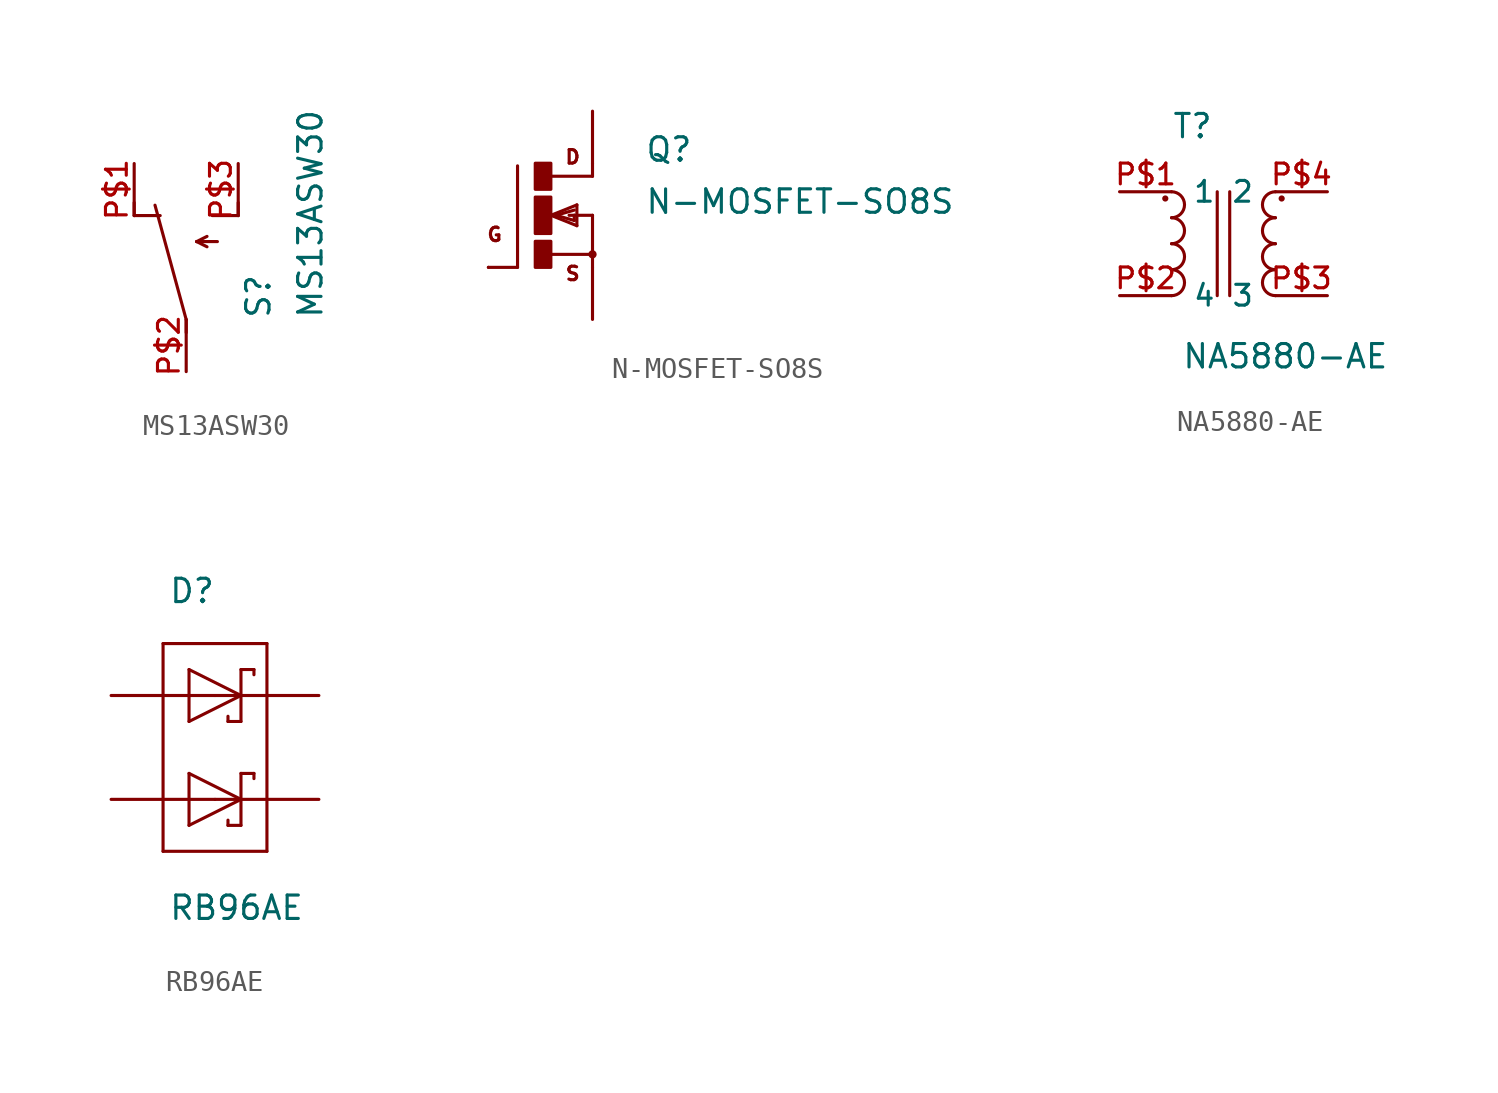
<source format=kicad_sym>
(kicad_symbol_lib
  (version 20211014)
  (generator kicad_symbol_editor)
  (symbol "MS13ASW30"
    (pin_names
      (offset 1.016) hide)
    (property "Reference" "S"
      (at 4.191 -2.54 90)
      (effects (font (size 1.143 1.143)) (justify left bottom)))
    (property "Value" "MS13ASW30"
      (at 6.731 -2.54 90)
      (effects (font (size 1.143 1.143)) (justify left bottom)))
    (property "ki_locked" ""
      (at 0 0 0)
      (effects (font (size 1.27 1.27))))
    (symbol "MS13ASW30_1_0"
      (polyline (pts (xy -2.54 2.54) (xy -2.54 3.175)) (stroke (width 0) (type default) (color 0 0 0 0)) (fill (type none)))
      (polyline (pts (xy -2.54 2.54) (xy -1.27 2.54)) (stroke (width 0) (type default) (color 0 0 0 0)) (fill (type none)))
      (polyline (pts (xy 0 -3.175) (xy 0 -2.54)) (stroke (width 0) (type default) (color 0 0 0 0)) (fill (type none)))
      (polyline (pts (xy 0 -2.54) (xy -1.524 3.048)) (stroke (width 0) (type default) (color 0 0 0 0)) (fill (type none)))
      (polyline (pts (xy 0.508 1.27) (xy 1.016 1.016)) (stroke (width 0) (type default) (color 0 0 0 0)) (fill (type none)))
      (polyline (pts (xy 0.508 1.27) (xy 1.016 1.524)) (stroke (width 0) (type default) (color 0 0 0 0)) (fill (type none)))
      (polyline (pts (xy 0.508 1.27) (xy 1.524 1.27)) (stroke (width 0) (type default) (color 0 0 0 0)) (fill (type none)))
      (polyline (pts (xy 1.27 2.54) (xy 2.54 2.54)) (stroke (width 0) (type default) (color 0 0 0 0)) (fill (type none)))
      (polyline (pts (xy 2.54 2.54) (xy 2.54 3.175)) (stroke (width 0) (type default) (color 0 0 0 0)) (fill (type none))))
    (symbol "MS13ASW30_1_1"
      (pin passive line (at -2.54 5.08 270) (length 2.54) (name "O" (effects (font (size 1.016 1.016)))) (number "P$1" (effects (font (size 1.016 1.016)))))
      (pin passive line (at 0 -5.08 90) (length 2.54) (name "P" (effects (font (size 1.016 1.016)))) (number "P$2" (effects (font (size 1.016 1.016)))))
      (pin passive line (at 2.54 5.08 270) (length 2.54) (name "S" (effects (font (size 1.016 1.016)))) (number "P$3" (effects (font (size 1.016 1.016)))))))
  (symbol "N-MOSFET-SO8S"
    (pin_numbers hide)
    (pin_names
      (offset 1.016) hide)
    (property "Reference" "Q"
      (at 5.08 2.54 0)
      (effects (font (size 1.143 1.143)) (justify left bottom)))
    (property "Value" "N-MOSFET-SO8S"
      (at 5.08 0 0)
      (effects (font (size 1.143 1.143)) (justify left bottom)))
    (property "ki_locked" ""
      (at 0 0 0)
      (effects (font (size 1.27 1.27))))
    (symbol "N-MOSFET-SO8S_1_0"
      (polyline (pts (xy -1.118 -2.54) (xy -2.54 -2.54)) (stroke (width 0) (type default) (color 0 0 0 0)) (fill (type none)))
      (polyline (pts (xy -1.118 2.413) (xy -1.118 -2.54)) (stroke (width 0) (type default) (color 0 0 0 0)) (fill (type none)))
      (polyline (pts (xy 0.508 -1.905) (xy 2.54 -1.905)) (stroke (width 0) (type default) (color 0 0 0 0)) (fill (type none)))
      (polyline (pts (xy 0.508 0) (xy 1.778 -0.508)) (stroke (width 0) (type default) (color 0 0 0 0)) (fill (type none)))
      (polyline (pts (xy 0.762 0) (xy 1.651 -0.254)) (stroke (width 0) (type default) (color 0 0 0 0)) (fill (type none)))
      (polyline (pts (xy 1.651 -0.254) (xy 1.651 0)) (stroke (width 0) (type default) (color 0 0 0 0)) (fill (type none)))
      (polyline (pts (xy 1.651 0) (xy 1.397 0)) (stroke (width 0) (type default) (color 0 0 0 0)) (fill (type none)))
      (polyline (pts (xy 1.651 0) (xy 2.54 0)) (stroke (width 0) (type default) (color 0 0 0 0)) (fill (type none)))
      (polyline (pts (xy 1.651 0.254) (xy 0.762 0)) (stroke (width 0) (type default) (color 0 0 0 0)) (fill (type none)))
      (polyline (pts (xy 1.778 -0.508) (xy 1.778 0.508)) (stroke (width 0) (type default) (color 0 0 0 0)) (fill (type none)))
      (polyline (pts (xy 1.778 0.508) (xy 0.508 0)) (stroke (width 0) (type default) (color 0 0 0 0)) (fill (type none)))
      (polyline (pts (xy 2.54 -1.905) (xy 2.54 -2.54)) (stroke (width 0) (type default) (color 0 0 0 0)) (fill (type none)))
      (polyline (pts (xy 2.54 0) (xy 2.54 -1.905)) (stroke (width 0) (type default) (color 0 0 0 0)) (fill (type none)))
      (polyline (pts (xy 2.54 1.905) (xy 0.533 1.905)) (stroke (width 0) (type default) (color 0 0 0 0)) (fill (type none)))
      (polyline (pts (xy 2.54 2.54) (xy 2.54 1.905)) (stroke (width 0) (type default) (color 0 0 0 0)) (fill (type none)))
      (text "D" (at 1.575 2.845 0) (effects (font (size 0.66 0.66))))
      (text "G" (at -2.235 -0.94 0) (effects (font (size 0.66 0.66))))
      (text "S" (at 1.575 -2.845 0) (effects (font (size 0.66 0.66)))))
    (symbol "N-MOSFET-SO8S_1_1"
      (rectangle (start -0.254 -2.54) (end 0.508 -1.27) (stroke (width 0) (type default) (color 0 0 0 0)) (fill (type outline)))
      (rectangle (start -0.254 -0.889) (end 0.508 0.889) (stroke (width 0) (type default) (color 0 0 0 0)) (fill (type outline)))
      (rectangle (start -0.254 1.27) (end 0.508 2.54) (stroke (width 0) (type default) (color 0 0 0 0)) (fill (type outline)))
      (circle (center 2.54 -1.905) (radius 0.127) (stroke (width 0) (type default) (color 0 0 0 0)) (fill (type outline)))
      (pin passive line (at 2.54 -5.08 90) (length 2.54) (name "S" (effects (font (size 1.016 1.016)))) (number "1" (effects (font (size 1.016 1.016)))))
      (pin passive line (at 2.54 -5.08 90) (length 2.54) hide (name "S" (effects (font (size 1.016 1.016)))) (number "2" (effects (font (size 1.016 1.016)))))
      (pin passive line (at 2.54 -5.08 90) (length 2.54) hide (name "S" (effects (font (size 1.016 1.016)))) (number "3" (effects (font (size 1.016 1.016)))))
      (pin passive line (at -2.54 -2.54 0) (length 0) (name "G" (effects (font (size 1.016 1.016)))) (number "4" (effects (font (size 1.016 1.016)))))
      (pin passive line (at 2.54 5.08 270) (length 2.54) (name "D" (effects (font (size 1.016 1.016)))) (number "5" (effects (font (size 1.016 1.016)))))
      (pin passive line (at 2.54 5.08 270) (length 2.54) hide (name "D" (effects (font (size 1.016 1.016)))) (number "6" (effects (font (size 1.016 1.016)))))
      (pin passive line (at 2.54 5.08 270) (length 2.54) hide (name "D" (effects (font (size 1.016 1.016)))) (number "7" (effects (font (size 1.016 1.016)))))
      (pin passive line (at 2.54 5.08 270) (length 2.54) hide (name "D" (effects (font (size 1.016 1.016)))) (number "8" (effects (font (size 1.016 1.016)))))))
  (symbol "NA5880-AE"
    (pin_names
      (offset 1.016))
    (property "Reference" "T"
      (at -2.54 5.08 0)
      (effects (font (size 1.143 1.143)) (justify left bottom)))
    (property "Value" "NA5880-AE"
      (at -2.057 -6.172 0)
      (effects (font (size 1.143 1.143)) (justify left bottom)))
    (property "ki_locked" ""
      (at 0 0 0)
      (effects (font (size 1.27 1.27))))
    (symbol "NA5880-AE_1_0"
      (polyline (pts (xy -0.305 2.54) (xy -0.305 -2.54)) (stroke (width 0) (type default) (color 0 0 0 0)) (fill (type none)))
      (polyline (pts (xy 0.305 2.54) (xy 0.305 -2.54)) (stroke (width 0) (type default) (color 0 0 0 0)) (fill (type none))))
    (symbol "NA5880-AE_1_1"
      (circle (center -2.845 2.21) (radius 0.076) (stroke (width 0) (type default) (color 0 0 0 0)) (fill (type outline)))
      (arc (start -2.54 -2.54) (mid -1.905 -1.905) (end -2.54 -1.27) (stroke (width 0) (type default) (color 0 0 0 0)) (fill (type none)))
      (arc (start -2.54 -1.27) (mid -1.905 -0.635) (end -2.54 0) (stroke (width 0) (type default) (color 0 0 0 0)) (fill (type none)))
      (arc (start -2.54 0) (mid -1.905 0.635) (end -2.54 1.27) (stroke (width 0) (type default) (color 0 0 0 0)) (fill (type none)))
      (arc (start -2.54 1.27) (mid -1.905 1.905) (end -2.54 2.54) (stroke (width 0) (type default) (color 0 0 0 0)) (fill (type none)))
      (arc (start 2.54 -1.27) (mid 1.905 -1.905) (end 2.54 -2.54) (stroke (width 0) (type default) (color 0 0 0 0)) (fill (type none)))
      (arc (start 2.54 0) (mid 1.905 -0.635) (end 2.54 -1.27) (stroke (width 0) (type default) (color 0 0 0 0)) (fill (type none)))
      (arc (start 2.54 1.27) (mid 1.905 0.635) (end 2.54 0) (stroke (width 0) (type default) (color 0 0 0 0)) (fill (type none)))
      (arc (start 2.54 2.54) (mid 1.905 1.905) (end 2.54 1.27) (stroke (width 0) (type default) (color 0 0 0 0)) (fill (type none)))
      (circle (center 2.845 2.21) (radius 0.076) (stroke (width 0) (type default) (color 0 0 0 0)) (fill (type outline)))
      (pin passive line (at -5.08 2.54 0) (length 2.54) (name "1" (effects (font (size 1.016 1.016)))) (number "P$1" (effects (font (size 1.016 1.016)))))
      (pin passive line (at -5.08 -2.54 0) (length 2.54) (name "4" (effects (font (size 1.016 1.016)))) (number "P$2" (effects (font (size 1.016 1.016)))))
      (pin passive line (at 5.08 -2.54 180) (length 2.54) (name "3" (effects (font (size 1.016 1.016)))) (number "P$3" (effects (font (size 1.016 1.016)))))
      (pin passive line (at 5.08 2.54 180) (length 2.54) (name "2" (effects (font (size 1.016 1.016)))) (number "P$4" (effects (font (size 1.016 1.016)))))))
  (symbol "RB96AE"
    (pin_numbers hide)
    (pin_names
      (offset 1.016) hide)
    (property "Reference" "D"
      (at -2.286 9.525 0)
      (effects (font (size 1.143 1.143)) (justify left bottom)))
    (property "Value" "RB96AE"
      (at -2.286 -5.969 0)
      (effects (font (size 1.143 1.143)) (justify left bottom)))
    (property "ki_locked" ""
      (at 0 0 0)
      (effects (font (size 1.27 1.27))))
    (symbol "RB96AE_1_0"
      (polyline (pts (xy -2.54 -2.54) (xy -2.54 7.62)) (stroke (width 0) (type default) (color 0 0 0 0)) (fill (type none)))
      (polyline (pts (xy -2.54 7.62) (xy 2.54 7.62)) (stroke (width 0) (type default) (color 0 0 0 0)) (fill (type none)))
      (polyline (pts (xy -1.27 -1.27) (xy 1.27 0)) (stroke (width 0) (type default) (color 0 0 0 0)) (fill (type none)))
      (polyline (pts (xy -1.27 1.27) (xy -1.27 -1.27)) (stroke (width 0) (type default) (color 0 0 0 0)) (fill (type none)))
      (polyline (pts (xy -1.27 3.81) (xy 1.27 5.08)) (stroke (width 0) (type default) (color 0 0 0 0)) (fill (type none)))
      (polyline (pts (xy -1.27 6.35) (xy -1.27 3.81)) (stroke (width 0) (type default) (color 0 0 0 0)) (fill (type none)))
      (polyline (pts (xy 0.635 -1.016) (xy 0.635 -1.27)) (stroke (width 0) (type default) (color 0 0 0 0)) (fill (type none)))
      (polyline (pts (xy 0.635 4.064) (xy 0.635 3.81)) (stroke (width 0) (type default) (color 0 0 0 0)) (fill (type none)))
      (polyline (pts (xy 1.27 -1.27) (xy 0.635 -1.27)) (stroke (width 0) (type default) (color 0 0 0 0)) (fill (type none)))
      (polyline (pts (xy 1.27 0) (xy -1.27 1.27)) (stroke (width 0) (type default) (color 0 0 0 0)) (fill (type none)))
      (polyline (pts (xy 1.27 0) (xy 1.27 -1.27)) (stroke (width 0) (type default) (color 0 0 0 0)) (fill (type none)))
      (polyline (pts (xy 1.27 1.27) (xy 1.27 0)) (stroke (width 0) (type default) (color 0 0 0 0)) (fill (type none)))
      (polyline (pts (xy 1.27 3.81) (xy 0.635 3.81)) (stroke (width 0) (type default) (color 0 0 0 0)) (fill (type none)))
      (polyline (pts (xy 1.27 5.08) (xy -1.27 6.35)) (stroke (width 0) (type default) (color 0 0 0 0)) (fill (type none)))
      (polyline (pts (xy 1.27 5.08) (xy 1.27 3.81)) (stroke (width 0) (type default) (color 0 0 0 0)) (fill (type none)))
      (polyline (pts (xy 1.27 6.35) (xy 1.27 5.08)) (stroke (width 0) (type default) (color 0 0 0 0)) (fill (type none)))
      (polyline (pts (xy 1.905 1.27) (xy 1.27 1.27)) (stroke (width 0) (type default) (color 0 0 0 0)) (fill (type none)))
      (polyline (pts (xy 1.905 1.27) (xy 1.905 1.016)) (stroke (width 0) (type default) (color 0 0 0 0)) (fill (type none)))
      (polyline (pts (xy 1.905 6.35) (xy 1.27 6.35)) (stroke (width 0) (type default) (color 0 0 0 0)) (fill (type none)))
      (polyline (pts (xy 1.905 6.35) (xy 1.905 6.096)) (stroke (width 0) (type default) (color 0 0 0 0)) (fill (type none)))
      (polyline (pts (xy 2.54 -2.54) (xy -2.54 -2.54)) (stroke (width 0) (type default) (color 0 0 0 0)) (fill (type none)))
      (polyline (pts (xy 2.54 7.62) (xy 2.54 -2.54)) (stroke (width 0) (type default) (color 0 0 0 0)) (fill (type none))))
    (symbol "RB96AE_1_1"
      (pin passive line (at -5.08 5.08 0) (length 5.08) (name "A1" (effects (font (size 1.016 1.016)))) (number "1" (effects (font (size 1.016 1.016)))))
      (pin passive line (at -5.08 0 0) (length 5.08) (name "A2" (effects (font (size 1.016 1.016)))) (number "3" (effects (font (size 1.016 1.016)))))
      (pin passive line (at 5.08 0 180) (length 5.08) (name "C2" (effects (font (size 1.016 1.016)))) (number "4" (effects (font (size 1.016 1.016)))))
      (pin passive line (at 5.08 5.08 180) (length 5.08) (name "C1" (effects (font (size 1.016 1.016)))) (number "5" (effects (font (size 1.016 1.016))))))))
</source>
